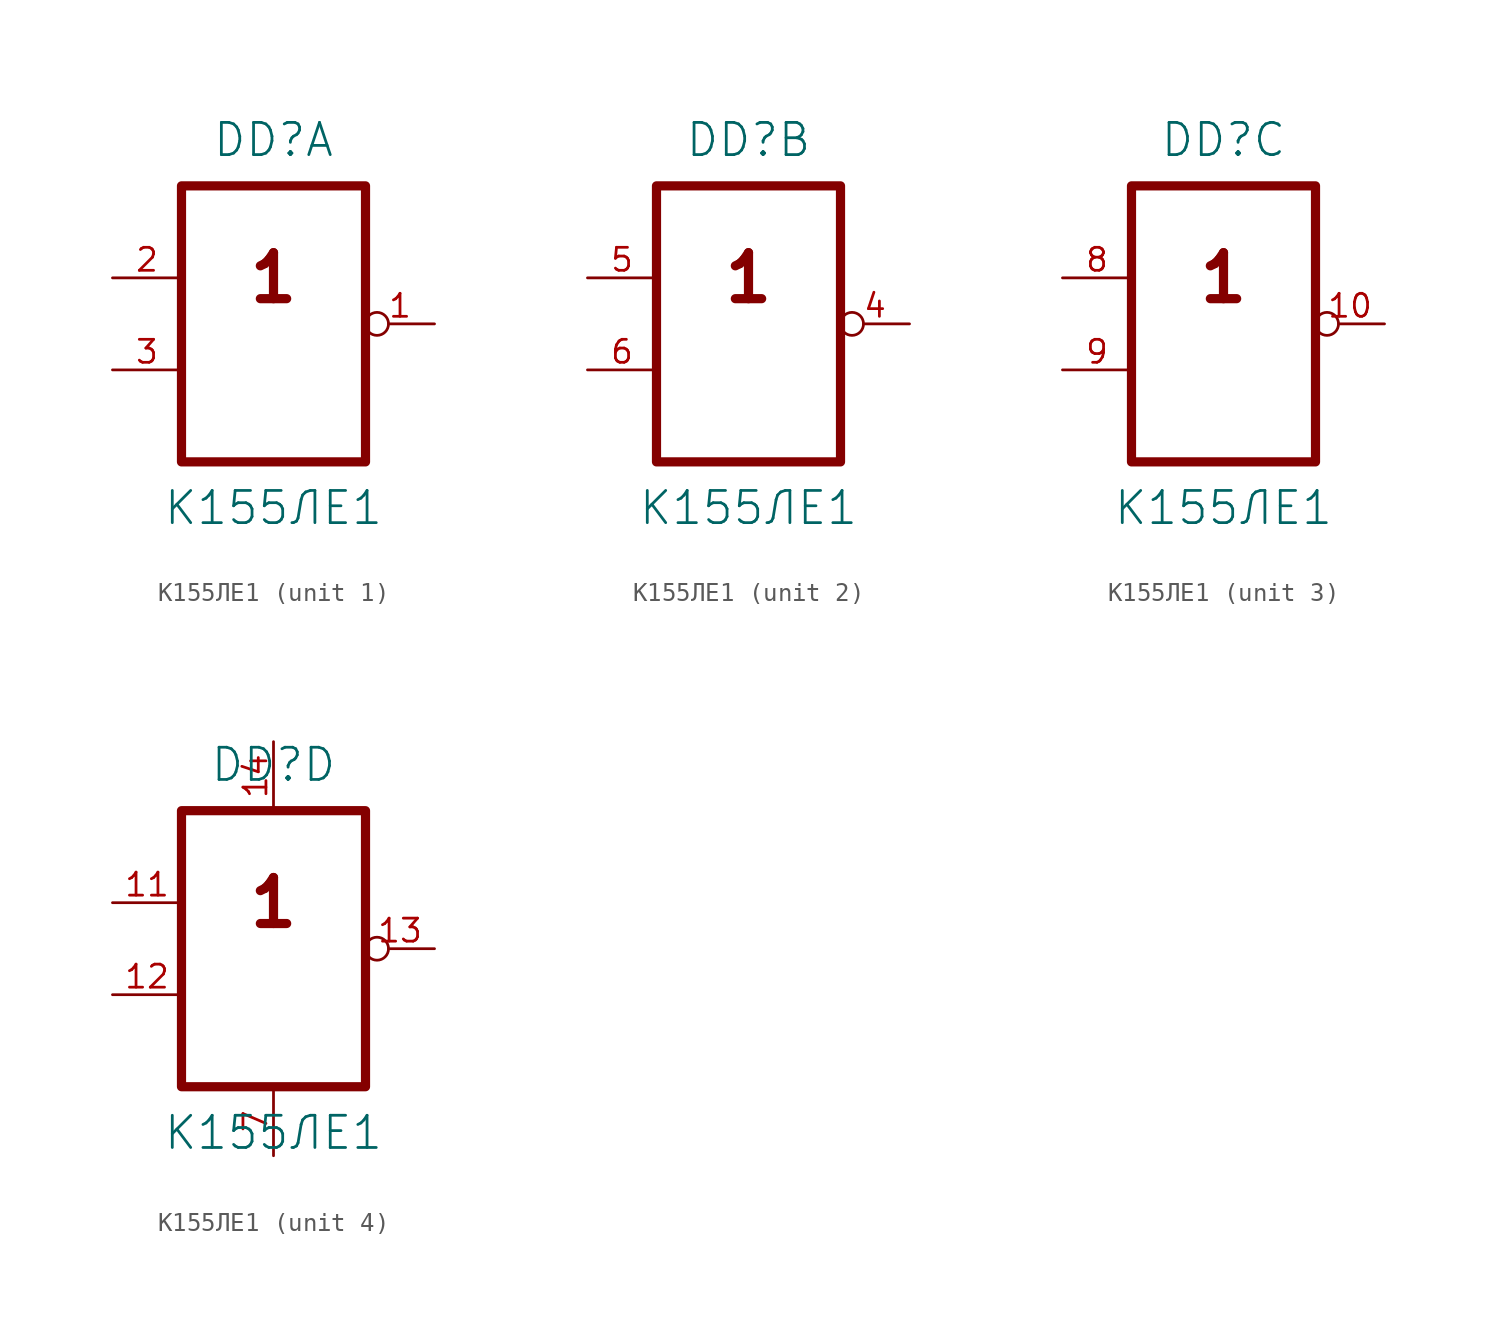
<source format=kicad_sym>
(kicad_symbol_lib
  (version 20211014)
  (generator kicad_symbol_editor)
  (symbol "К155ЛЕ1"
    (pin_names
      (offset 1.27))
    (property "Reference" "DD"
      (at 0 10.16 0)
      (effects (font (size 1.778 1.778))))
    (property "Value" "К155ЛЕ1"
      (at 0 -10.16 0)
      (effects (font (size 1.778 1.778))))
    (symbol "К155ЛЕ1_0_0"
      (text "1" (at 0 2.54 0) (effects (font (size 2.54 2.54) bold))))
    (symbol "К155ЛЕ1_0_1"
      (rectangle (start -5.08 7.62) (end 5.08 -7.62) (stroke (width 0.508) (type default) (color 0 0 0 0)) (fill (type none))))
    (symbol "К155ЛЕ1_1_1"
      (pin output inverted (at 8.89 0 180) (length 3.81) (name "~" (effects (font (size 1.778 1.778)))) (number "1" (effects (font (size 1.27 1.27)))))
      (pin input line (at -8.89 2.54 0) (length 3.81) (name "~" (effects (font (size 1.778 1.778)))) (number "2" (effects (font (size 1.27 1.27)))))
      (pin input line (at -8.89 -2.54 0) (length 3.81) (name "~" (effects (font (size 1.778 1.778)))) (number "3" (effects (font (size 1.27 1.27))))))
    (symbol "К155ЛЕ1_2_1"
      (pin output inverted (at 8.89 0 180) (length 3.81) (name "~" (effects (font (size 1.778 1.778)))) (number "4" (effects (font (size 1.27 1.27)))))
      (pin input line (at -8.89 2.54 0) (length 3.81) (name "~" (effects (font (size 1.778 1.778)))) (number "5" (effects (font (size 1.27 1.27)))))
      (pin input line (at -8.89 -2.54 0) (length 3.81) (name "~" (effects (font (size 1.778 1.778)))) (number "6" (effects (font (size 1.27 1.27))))))
    (symbol "К155ЛЕ1_3_1"
      (pin output inverted (at 8.89 0 180) (length 3.81) (name "~" (effects (font (size 1.778 1.778)))) (number "10" (effects (font (size 1.27 1.27)))))
      (pin input line (at -8.89 2.54 0) (length 3.81) (name "~" (effects (font (size 1.778 1.778)))) (number "8" (effects (font (size 1.27 1.27)))))
      (pin input line (at -8.89 -2.54 0) (length 3.81) (name "~" (effects (font (size 1.778 1.778)))) (number "9" (effects (font (size 1.27 1.27))))))
    (symbol "К155ЛЕ1_4_1"
      (pin input line (at -8.89 2.54 0) (length 3.81) (name "~" (effects (font (size 1.778 1.778)))) (number "11" (effects (font (size 1.27 1.27)))))
      (pin input line (at -8.89 -2.54 0) (length 3.81) (name "~" (effects (font (size 1.778 1.778)))) (number "12" (effects (font (size 1.27 1.27)))))
      (pin output inverted (at 8.89 0 180) (length 3.81) (name "~" (effects (font (size 1.778 1.778)))) (number "13" (effects (font (size 1.27 1.27)))))
      (pin power_in line (at 0 11.43 270) (length 3.81) (name "~" (effects (font (size 1.778 1.778)))) (number "14" (effects (font (size 1.27 1.27)))))
      (pin power_in line (at 0 -11.43 90) (length 3.81) (name "~" (effects (font (size 1.778 1.778)))) (number "7" (effects (font (size 1.27 1.27))))))))
</source>
